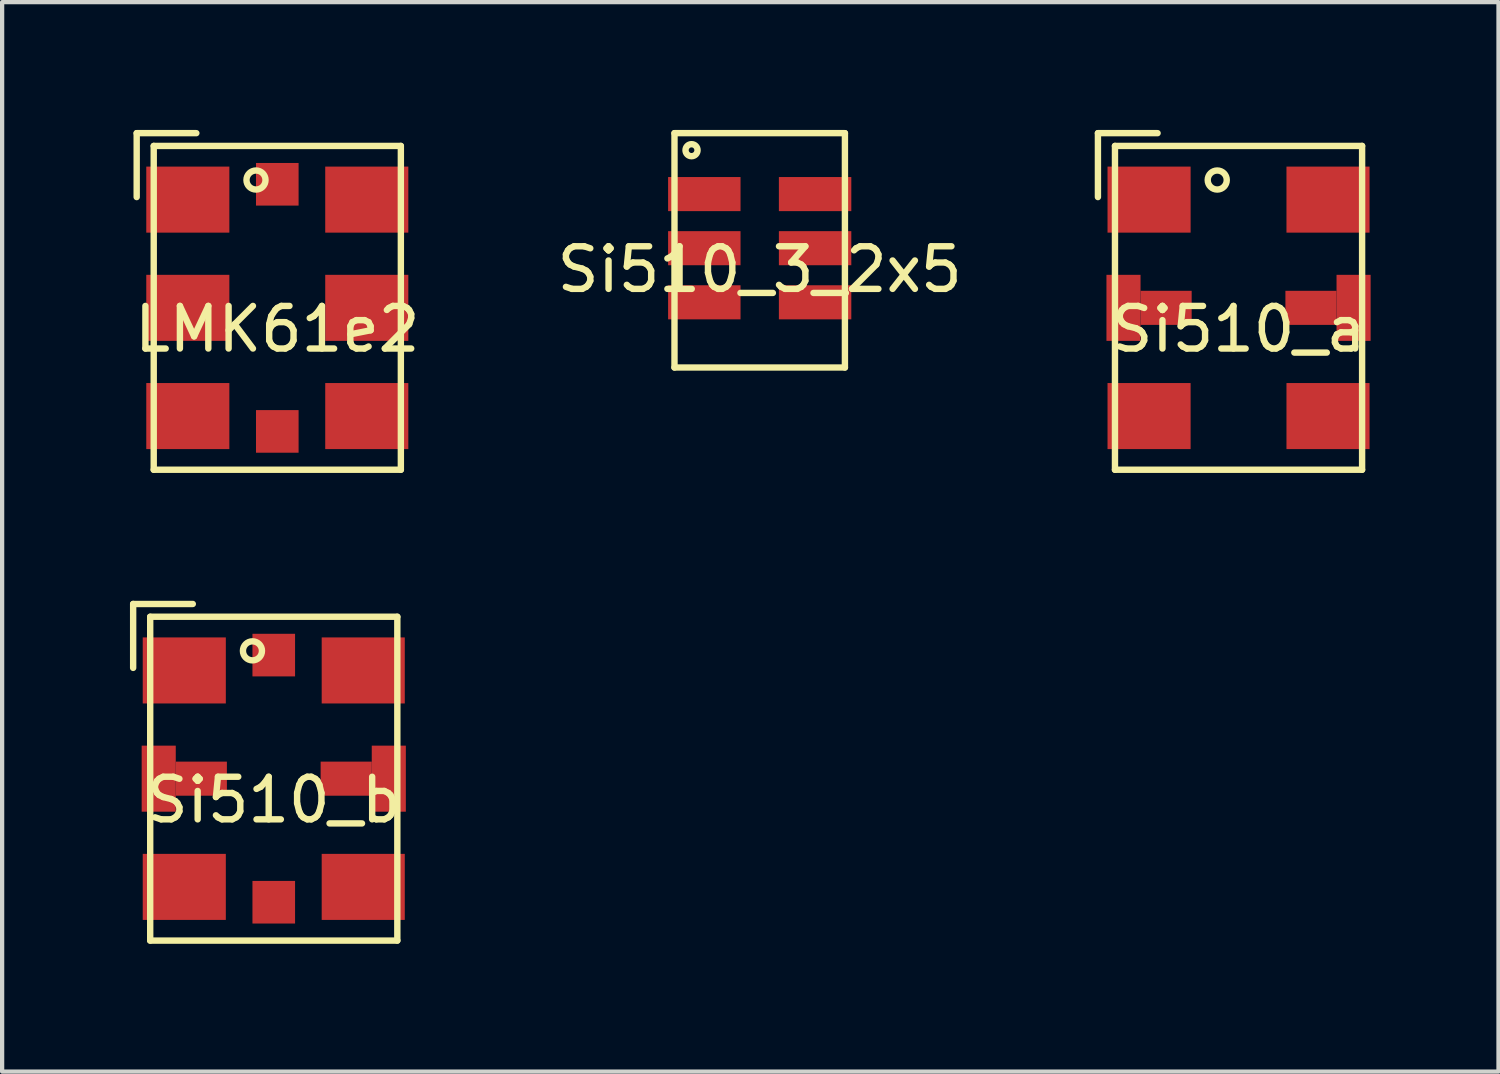
<source format=kicad_pcb>
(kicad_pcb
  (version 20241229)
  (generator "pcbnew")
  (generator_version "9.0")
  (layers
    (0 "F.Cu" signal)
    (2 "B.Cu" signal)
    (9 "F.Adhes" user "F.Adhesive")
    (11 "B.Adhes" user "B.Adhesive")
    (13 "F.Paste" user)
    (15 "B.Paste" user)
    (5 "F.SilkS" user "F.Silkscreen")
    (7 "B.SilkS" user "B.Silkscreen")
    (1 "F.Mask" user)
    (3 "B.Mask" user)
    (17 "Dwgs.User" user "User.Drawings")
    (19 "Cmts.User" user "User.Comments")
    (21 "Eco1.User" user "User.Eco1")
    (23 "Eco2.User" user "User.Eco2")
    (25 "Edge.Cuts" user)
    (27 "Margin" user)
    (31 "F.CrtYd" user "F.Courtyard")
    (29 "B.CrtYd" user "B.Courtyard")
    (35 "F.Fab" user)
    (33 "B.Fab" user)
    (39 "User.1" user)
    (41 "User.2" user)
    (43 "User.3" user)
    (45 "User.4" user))
  (footprint "LMK61e2"
    (layer "F.Cu")
    (at 3.458 4.175)
    (property "Reference" "LMK61e2" (at 0 0.5 0) (layer "F.SilkS") (effects (font (size 1 1) (thickness 0.15))))
    (attr through_hole)
    (fp_line (start -3.3 -4.1) (end -1.9 -4.1) (stroke (width 0.15) (type solid)) (layer "F.SilkS"))
    (fp_line (start -3.3 -2.6) (end -3.3 -4.1) (stroke (width 0.15) (type solid)) (layer "F.SilkS"))
    (fp_line (start -2.9 -3.8) (end 2.9 -3.8) (stroke (width 0.15) (type solid)) (layer "F.SilkS"))
    (fp_line (start -2.9 3.8) (end -2.9 -3.8) (stroke (width 0.15) (type solid)) (layer "F.SilkS"))
    (fp_line (start 2.9 -3.8) (end 2.9 3.8) (stroke (width 0.15) (type solid)) (layer "F.SilkS"))
    (fp_line (start 2.9 3.8) (end -2.9 3.8) (stroke (width 0.15) (type solid)) (layer "F.SilkS"))
    (fp_circle (center -0.5 -3) (end -0.4 -3.2) (stroke (width 0.15) (type solid)) (fill no) (layer "F.SilkS"))
    (pad "1" smd rect (at -2.1 -2.54) (size 1.95 1.55) (layers "F.Cu" "F.Mask" "F.Paste"))
    (pad "2" smd rect (at -2.1 0) (size 1.95 1.55) (layers "F.Cu" "F.Mask" "F.Paste"))
    (pad "3" smd rect (at -2.1 2.54) (size 1.95 1.55) (layers "F.Cu" "F.Mask" "F.Paste"))
    (pad "4" smd rect (at 2.1 2.54) (size 1.95 1.55) (layers "F.Cu" "F.Mask" "F.Paste"))
    (pad "5" smd rect (at 2.1 0) (size 1.95 1.55) (layers "F.Cu" "F.Mask" "F.Paste"))
    (pad "6" smd rect (at 2.1 -2.54) (size 1.95 1.55) (layers "F.Cu" "F.Mask" "F.Paste"))
    (pad "7" smd rect (at 0 -2.9) (size 1 1) (layers "F.Cu" "F.Mask" "F.Paste"))
    (pad "8" smd rect (at 0 2.9) (size 1 1) (layers "F.Cu" "F.Mask" "F.Paste")))
  (footprint "Si510_3_2x5"
    (layer "F.Cu")
    (at 14.78 2.775)
    (property "Reference" "Si510_3_2x5" (at 0 0.5 0) (layer "F.SilkS") (effects (font (size 1 1) (thickness 0.15))))
    (attr through_hole)
    (fp_line (start -2 -2.7) (end 2 -2.7) (stroke (width 0.15) (type solid)) (layer "F.SilkS"))
    (fp_line (start -2 2.8) (end -2 -2.7) (stroke (width 0.15) (type solid)) (layer "F.SilkS"))
    (fp_line (start 2 -2.7) (end 2 2.8) (stroke (width 0.15) (type solid)) (layer "F.SilkS"))
    (fp_line (start 2 2.8) (end -2 2.8) (stroke (width 0.15) (type solid)) (layer "F.SilkS"))
    (fp_circle (center -1.6 -2.3) (end -1.5 -2.2) (stroke (width 0.15) (type solid)) (fill no) (layer "F.SilkS"))
    (pad "1" smd rect (at -1.3 -1.27) (size 1.7 0.8) (layers "F.Cu" "F.Mask" "F.Paste"))
    (pad "2" smd rect (at -1.3 0) (size 1.7 0.8) (layers "F.Cu" "F.Mask" "F.Paste"))
    (pad "3" smd rect (at -1.3 1.27) (size 1.7 0.8) (layers "F.Cu" "F.Mask" "F.Paste"))
    (pad "4" smd rect (at 1.3 1.27) (size 1.7 0.8) (layers "F.Cu" "F.Mask" "F.Paste"))
    (pad "5" smd rect (at 1.3 0) (size 1.7 0.8) (layers "F.Cu" "F.Mask" "F.Paste"))
    (pad "6" smd rect (at 1.3 -1.27) (size 1.7 0.8) (layers "F.Cu" "F.Mask" "F.Paste")))
  (footprint "Si510_a"
    (layer "F.Cu")
    (at 26.018 4.175)
    (property "Reference" "Si510_a" (at 0 0.5 0) (layer "F.SilkS") (effects (font (size 1 1) (thickness 0.15))))
    (attr through_hole)
    (fp_line (start -3.3 -4.1) (end -1.9 -4.1) (stroke (width 0.15) (type solid)) (layer "F.SilkS"))
    (fp_line (start -3.3 -2.6) (end -3.3 -4.1) (stroke (width 0.15) (type solid)) (layer "F.SilkS"))
    (fp_line (start -2.9 -3.8) (end 2.9 -3.8) (stroke (width 0.15) (type solid)) (layer "F.SilkS"))
    (fp_line (start -2.9 3.8) (end -2.9 -3.8) (stroke (width 0.15) (type solid)) (layer "F.SilkS"))
    (fp_line (start 2.9 -3.8) (end 2.9 3.8) (stroke (width 0.15) (type solid)) (layer "F.SilkS"))
    (fp_line (start 2.9 3.8) (end -2.9 3.8) (stroke (width 0.15) (type solid)) (layer "F.SilkS"))
    (fp_circle (center -0.5 -3) (end -0.4 -3.2) (stroke (width 0.15) (type solid)) (fill no) (layer "F.SilkS"))
    (pad "1" smd rect (at -2.1 -2.54) (size 1.95 1.55) (layers "F.Cu" "F.Mask" "F.Paste"))
    (pad "2" smd rect (at -2.7 0) (size 0.8 1.55) (layers "F.Cu" "F.Mask" "F.Paste"))
    (pad "2" smd rect (at -1.7 0) (size 1.2 0.8) (layers "F.Cu" "F.Mask" "F.Paste"))
    (pad "3" smd rect (at -2.1 2.54) (size 1.95 1.55) (layers "F.Cu" "F.Mask" "F.Paste"))
    (pad "4" smd rect (at 2.1 2.54) (size 1.95 1.55) (layers "F.Cu" "F.Mask" "F.Paste"))
    (pad "5" smd rect (at 1.7 0) (size 1.2 0.8) (layers "F.Cu" "F.Mask" "F.Paste"))
    (pad "5" smd rect (at 2.7 0) (size 0.8 1.55) (layers "F.Cu" "F.Mask" "F.Paste"))
    (pad "6" smd rect (at 2.1 -2.54) (size 1.95 1.55) (layers "F.Cu" "F.Mask" "F.Paste")))
  (footprint "Si510_b"
    (layer "F.Cu")
    (at 3.375 15.225)
    (property "Reference" "Si510_b" (at 0 0.5 0) (layer "F.SilkS") (effects (font (size 1 1) (thickness 0.15))))
    (attr through_hole)
    (fp_line (start -3.3 -4.1) (end -1.9 -4.1) (stroke (width 0.15) (type solid)) (layer "F.SilkS"))
    (fp_line (start -3.3 -2.6) (end -3.3 -4.1) (stroke (width 0.15) (type solid)) (layer "F.SilkS"))
    (fp_line (start -2.9 -3.8) (end 2.9 -3.8) (stroke (width 0.15) (type solid)) (layer "F.SilkS"))
    (fp_line (start -2.9 3.8) (end -2.9 -3.8) (stroke (width 0.15) (type solid)) (layer "F.SilkS"))
    (fp_line (start 2.9 -3.8) (end 2.9 3.8) (stroke (width 0.15) (type solid)) (layer "F.SilkS"))
    (fp_line (start 2.9 3.8) (end -2.9 3.8) (stroke (width 0.15) (type solid)) (layer "F.SilkS"))
    (fp_circle (center -0.5 -3) (end -0.4 -3.2) (stroke (width 0.15) (type solid)) (fill no) (layer "F.SilkS"))
    (pad "1" smd rect (at -2.1 -2.54) (size 1.95 1.55) (layers "F.Cu" "F.Mask" "F.Paste"))
    (pad "2" smd rect (at -2.7 0) (size 0.8 1.55) (layers "F.Cu" "F.Mask" "F.Paste"))
    (pad "2" smd rect (at -1.7 0) (size 1.2 0.8) (layers "F.Cu" "F.Mask" "F.Paste"))
    (pad "3" smd rect (at -2.1 2.54) (size 1.95 1.55) (layers "F.Cu" "F.Mask" "F.Paste"))
    (pad "4" smd rect (at 2.1 2.54) (size 1.95 1.55) (layers "F.Cu" "F.Mask" "F.Paste"))
    (pad "5" smd rect (at 1.7 0) (size 1.2 0.8) (layers "F.Cu" "F.Mask" "F.Paste"))
    (pad "5" smd rect (at 2.7 0) (size 0.8 1.55) (layers "F.Cu" "F.Mask" "F.Paste"))
    (pad "6" smd rect (at 2.1 -2.54) (size 1.95 1.55) (layers "F.Cu" "F.Mask" "F.Paste"))
    (pad "7" smd rect (at 0 -2.9) (size 1 1) (layers "F.Cu" "F.Mask" "F.Paste"))
    (pad "8" smd rect (at 0 2.9) (size 1 1) (layers "F.Cu" "F.Mask" "F.Paste")))
  (gr_rect
    (start -3 -3)
    (end 32.119 22.1)
    (stroke (width 0.1) (type default))
    (fill no)
    (layer "Edge.Cuts")))
</source>
